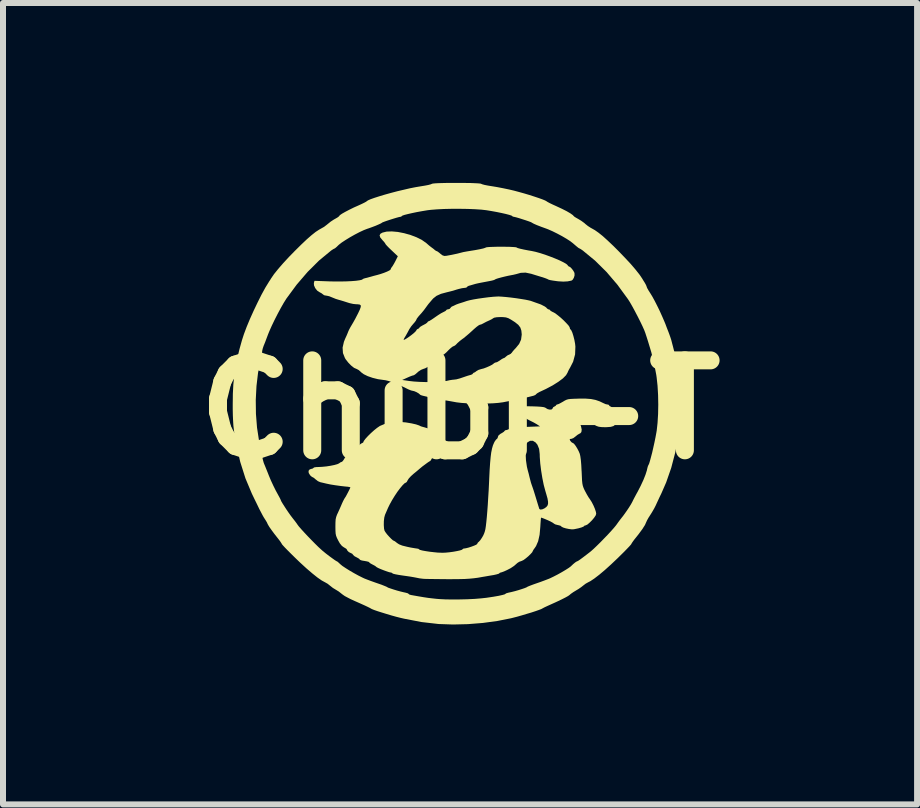
<source format=kicad_pcb>
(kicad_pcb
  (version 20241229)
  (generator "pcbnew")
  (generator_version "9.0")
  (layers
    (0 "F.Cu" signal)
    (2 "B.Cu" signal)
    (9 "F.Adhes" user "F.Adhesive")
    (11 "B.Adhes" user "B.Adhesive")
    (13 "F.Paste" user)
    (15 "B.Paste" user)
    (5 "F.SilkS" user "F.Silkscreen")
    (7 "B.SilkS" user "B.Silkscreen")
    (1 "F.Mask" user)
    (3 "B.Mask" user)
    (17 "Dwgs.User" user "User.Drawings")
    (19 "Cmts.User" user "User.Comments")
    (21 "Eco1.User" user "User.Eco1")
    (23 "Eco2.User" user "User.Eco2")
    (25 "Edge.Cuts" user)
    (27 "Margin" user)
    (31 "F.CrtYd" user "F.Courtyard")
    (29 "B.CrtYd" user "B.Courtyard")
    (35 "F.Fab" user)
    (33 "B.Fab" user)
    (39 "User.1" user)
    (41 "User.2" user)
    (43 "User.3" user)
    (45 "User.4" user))
  (footprint "Chibi-T"
    (layer "F.Cu")
    (at 4.621 3.781)
    (property "Reference" "Chibi-T" (at 0 0 0) (layer "F.SilkS") (effects (font (size 1.5 1.5) (thickness 0.3))))
    (attr board_only exclude_from_pos_files exclude_from_bom)
    (fp_poly (pts (xy -1.036 -2.963) (xy -0.93 -2.942) (xy -0.824 -2.912) (xy -0.724 -2.874) (xy -0.635 -2.829) (xy -0.564 -2.779) (xy -0.549 -2.766) (xy -0.516 -2.737) (xy -0.48 -2.709) (xy -0.446 -2.684) (xy -0.421 -2.663) (xy -0.421 -2.662) (xy -0.399 -2.647) (xy -0.39 -2.644) (xy -0.373 -2.636) (xy -0.344 -2.614) (xy -0.329 -2.601) (xy -0.292 -2.573) (xy -0.261 -2.563) (xy -0.229 -2.565) (xy -0.136 -2.582) (xy -0.043 -2.602) (xy 0.007 -2.615) (xy 0.054 -2.627) (xy 0.114 -2.638) (xy 0.15 -2.644) (xy 0.25 -2.66) (xy 0.33 -2.675) (xy 0.388 -2.688) (xy 0.422 -2.699) (xy 0.43 -2.704) (xy 0.446 -2.708) (xy 0.485 -2.712) (xy 0.542 -2.714) (xy 0.61 -2.716) (xy 0.684 -2.716) (xy 0.758 -2.716) (xy 0.826 -2.715) (xy 0.884 -2.712) (xy 0.924 -2.709) (xy 0.942 -2.705) (xy 0.942 -2.705) (xy 0.961 -2.695) (xy 1.004 -2.683) (xy 1.067 -2.669) (xy 1.145 -2.654) (xy 1.193 -2.646) (xy 1.258 -2.632) (xy 1.334 -2.611) (xy 1.418 -2.584) (xy 1.503 -2.553) (xy 1.585 -2.521) (xy 1.66 -2.489) (xy 1.723 -2.458) (xy 1.769 -2.432) (xy 1.793 -2.411) (xy 1.795 -2.407) (xy 1.811 -2.389) (xy 1.818 -2.387) (xy 1.839 -2.376) (xy 1.865 -2.349) (xy 1.891 -2.314) (xy 1.908 -2.281) (xy 1.909 -2.276) (xy 1.91 -2.237) (xy 1.897 -2.196) (xy 1.876 -2.163) (xy 1.859 -2.152) (xy 1.795 -2.139) (xy 1.724 -2.135) (xy 1.638 -2.14) (xy 1.607 -2.144) (xy 1.55 -2.152) (xy 1.504 -2.16) (xy 1.476 -2.168) (xy 1.472 -2.17) (xy 1.455 -2.179) (xy 1.419 -2.193) (xy 1.369 -2.21) (xy 1.357 -2.213) (xy 1.295 -2.232) (xy 1.233 -2.251) (xy 1.185 -2.266) (xy 1.184 -2.266) (xy 1.093 -2.285) (xy 1.011 -2.281) (xy 0.976 -2.271) (xy 0.937 -2.26) (xy 0.886 -2.248) (xy 0.864 -2.244) (xy 0.807 -2.233) (xy 0.745 -2.219) (xy 0.685 -2.204) (xy 0.634 -2.19) (xy 0.598 -2.178) (xy 0.585 -2.171) (xy 0.568 -2.162) (xy 0.532 -2.152) (xy 0.492 -2.144) (xy 0.408 -2.128) (xy 0.345 -2.116) (xy 0.296 -2.106) (xy 0.254 -2.096) (xy 0.213 -2.084) (xy 0.165 -2.07) (xy 0.146 -2.065) (xy 0.122 -2.052) (xy 0.114 -2.042) (xy 0.102 -2.034) (xy 0.072 -2.03) (xy 0.071 -2.03) (xy 0.033 -2.025) (xy -0.018 -2.013) (xy -0.054 -2.003) (xy -0.117 -1.983) (xy -0.188 -1.965) (xy -0.221 -1.957) (xy -0.318 -1.931) (xy -0.391 -1.898) (xy -0.446 -1.855) (xy -0.464 -1.835) (xy -0.493 -1.801) (xy -0.516 -1.774) (xy -0.522 -1.767) (xy -0.539 -1.745) (xy -0.563 -1.712) (xy -0.571 -1.701) (xy -0.602 -1.659) (xy -0.634 -1.62) (xy -0.638 -1.615) (xy -0.69 -1.557) (xy -0.72 -1.518) (xy -0.729 -1.498) (xy -0.738 -1.481) (xy -0.761 -1.451) (xy -0.778 -1.432) (xy -0.814 -1.389) (xy -0.844 -1.344) (xy -0.852 -1.329) (xy -0.876 -1.284) (xy -0.904 -1.234) (xy -0.91 -1.224) (xy -0.93 -1.191) (xy -0.94 -1.168) (xy -0.94 -1.164) (xy -0.925 -1.167) (xy -0.894 -1.185) (xy -0.855 -1.211) (xy -0.813 -1.242) (xy -0.774 -1.273) (xy -0.745 -1.3) (xy -0.732 -1.316) (xy -0.718 -1.339) (xy -0.707 -1.344) (xy -0.686 -1.355) (xy -0.681 -1.363) (xy -0.665 -1.38) (xy -0.631 -1.401) (xy -0.608 -1.413) (xy -0.571 -1.433) (xy -0.547 -1.451) (xy -0.543 -1.458) (xy -0.532 -1.472) (xy -0.527 -1.472) (xy -0.509 -1.48) (xy -0.474 -1.501) (xy -0.43 -1.531) (xy -0.416 -1.541) (xy -0.365 -1.576) (xy -0.316 -1.607) (xy -0.279 -1.626) (xy -0.275 -1.628) (xy -0.244 -1.644) (xy -0.229 -1.658) (xy -0.229 -1.66) (xy -0.217 -1.67) (xy -0.2 -1.672) (xy -0.172 -1.681) (xy -0.163 -1.692) (xy -0.144 -1.714) (xy -0.131 -1.721) (xy -0.097 -1.736) (xy -0.086 -1.742) (xy -0.06 -1.754) (xy -0.019 -1.769) (xy 0.007 -1.777) (xy 0.058 -1.793) (xy 0.105 -1.809) (xy 0.121 -1.814) (xy 0.163 -1.825) (xy 0.227 -1.838) (xy 0.304 -1.851) (xy 0.389 -1.863) (xy 0.474 -1.874) (xy 0.553 -1.882) (xy 0.617 -1.886) (xy 0.642 -1.887) (xy 0.696 -1.884) (xy 0.767 -1.878) (xy 0.85 -1.869) (xy 0.936 -1.858) (xy 1.02 -1.845) (xy 1.094 -1.833) (xy 1.151 -1.821) (xy 1.179 -1.814) (xy 1.252 -1.788) (xy 1.303 -1.77) (xy 1.337 -1.758) (xy 1.358 -1.749) (xy 1.371 -1.742) (xy 1.404 -1.725) (xy 1.414 -1.72) (xy 1.441 -1.7) (xy 1.447 -1.691) (xy 1.469 -1.674) (xy 1.479 -1.672) (xy 1.498 -1.665) (xy 1.5 -1.66) (xy 1.512 -1.647) (xy 1.542 -1.63) (xy 1.554 -1.625) (xy 1.587 -1.607) (xy 1.63 -1.574) (xy 1.679 -1.534) (xy 1.728 -1.489) (xy 1.772 -1.444) (xy 1.807 -1.406) (xy 1.826 -1.378) (xy 1.829 -1.369) (xy 1.835 -1.346) (xy 1.84 -1.341) (xy 1.856 -1.322) (xy 1.874 -1.282) (xy 1.891 -1.227) (xy 1.907 -1.164) (xy 1.919 -1.099) (xy 1.924 -1.051) (xy 1.919 -0.921) (xy 1.886 -0.799) (xy 1.837 -0.703) (xy 1.814 -0.663) (xy 1.797 -0.627) (xy 1.795 -0.62) (xy 1.768 -0.574) (xy 1.716 -0.521) (xy 1.641 -0.465) (xy 1.546 -0.405) (xy 1.433 -0.345) (xy 1.326 -0.295) (xy 1.292 -0.276) (xy 1.271 -0.26) (xy 1.269 -0.256) (xy 1.253 -0.243) (xy 1.22 -0.23) (xy 1.214 -0.229) (xy 1.143 -0.211) (xy 1.061 -0.192) (xy 0.979 -0.174) (xy 0.91 -0.16) (xy 0.893 -0.156) (xy 0.842 -0.147) (xy 0.778 -0.135) (xy 0.712 -0.122) (xy 0.709 -0.122) (xy 0.643 -0.113) (xy 0.555 -0.106) (xy 0.452 -0.102) (xy 0.341 -0.101) (xy 0.228 -0.102) (xy 0.121 -0.106) (xy 0.025 -0.112) (xy -0.051 -0.121) (xy -0.064 -0.123) (xy -0.157 -0.14) (xy -0.227 -0.152) (xy -0.282 -0.162) (xy -0.326 -0.17) (xy -0.367 -0.178) (xy -0.41 -0.187) (xy -0.436 -0.192) (xy -0.521 -0.209) (xy -0.583 -0.223) (xy -0.624 -0.233) (xy -0.65 -0.241) (xy -0.664 -0.248) (xy -0.67 -0.254) (xy -0.69 -0.271) (xy -0.726 -0.292) (xy -0.764 -0.308) (xy -0.791 -0.314) (xy -0.816 -0.32) (xy -0.854 -0.335) (xy -0.867 -0.341) (xy -0.951 -0.382) (xy -1.012 -0.409) (xy -1.053 -0.425) (xy -1.073 -0.429) (xy -1.098 -0.436) (xy -1.133 -0.453) (xy -1.14 -0.458) (xy -1.184 -0.476) (xy -1.241 -0.49) (xy -1.276 -0.495) (xy -1.277 -0.495) (xy -0.964 -0.495) (xy -0.85 -0.478) (xy -0.77 -0.469) (xy -0.676 -0.463) (xy -0.576 -0.46) (xy -0.476 -0.459) (xy -0.381 -0.462) (xy -0.3 -0.467) (xy -0.239 -0.476) (xy -0.224 -0.479) (xy -0.172 -0.491) (xy -0.126 -0.498) (xy -0.104 -0.5) (xy -0.062 -0.505) (xy -0.005 -0.52) (xy 0.072 -0.546) (xy 0.086 -0.551) (xy 0.131 -0.566) (xy 0.173 -0.578) (xy 0.175 -0.578) (xy 0.203 -0.589) (xy 0.214 -0.601) (xy 0.225 -0.614) (xy 0.229 -0.615) (xy 0.25 -0.624) (xy 0.273 -0.642) (xy 0.307 -0.662) (xy 0.351 -0.676) (xy 0.355 -0.677) (xy 0.395 -0.687) (xy 0.445 -0.706) (xy 0.495 -0.728) (xy 0.537 -0.75) (xy 0.562 -0.769) (xy 0.564 -0.771) (xy 0.585 -0.785) (xy 0.596 -0.786) (xy 0.621 -0.794) (xy 0.656 -0.815) (xy 0.666 -0.822) (xy 0.698 -0.844) (xy 0.723 -0.857) (xy 0.727 -0.858) (xy 0.747 -0.867) (xy 0.767 -0.885) (xy 0.797 -0.908) (xy 0.82 -0.917) (xy 0.849 -0.933) (xy 0.863 -0.949) (xy 0.882 -0.975) (xy 0.913 -1.01) (xy 0.93 -1.027) (xy 0.986 -1.096) (xy 1.018 -1.167) (xy 1.029 -1.25) (xy 1.029 -1.257) (xy 1.023 -1.318) (xy 1.006 -1.369) (xy 0.972 -1.414) (xy 0.917 -1.458) (xy 0.85 -1.501) (xy 0.806 -1.525) (xy 0.766 -1.538) (xy 0.717 -1.543) (xy 0.676 -1.544) (xy 0.612 -1.541) (xy 0.569 -1.533) (xy 0.555 -1.525) (xy 0.529 -1.508) (xy 0.491 -1.489) (xy 0.486 -1.487) (xy 0.438 -1.465) (xy 0.393 -1.441) (xy 0.393 -1.441) (xy 0.358 -1.423) (xy 0.33 -1.415) (xy 0.329 -1.415) (xy 0.31 -1.405) (xy 0.276 -1.38) (xy 0.233 -1.343) (xy 0.206 -1.318) (xy 0.153 -1.27) (xy 0.1 -1.225) (xy 0.056 -1.189) (xy 0.041 -1.179) (xy -0.002 -1.146) (xy -0.042 -1.111) (xy -0.055 -1.097) (xy -0.082 -1.071) (xy -0.106 -1.058) (xy -0.109 -1.058) (xy -0.128 -1.048) (xy -0.16 -1.022) (xy -0.197 -0.987) (xy -0.197 -0.986) (xy -0.233 -0.95) (xy -0.263 -0.925) (xy -0.279 -0.915) (xy -0.28 -0.915) (xy -0.299 -0.905) (xy -0.317 -0.89) (xy -0.344 -0.864) (xy -0.38 -0.834) (xy -0.387 -0.829) (xy -0.423 -0.8) (xy -0.452 -0.775) (xy -0.456 -0.772) (xy -0.518 -0.723) (xy -0.581 -0.689) (xy -0.612 -0.679) (xy -0.651 -0.663) (xy -0.695 -0.634) (xy -0.71 -0.62) (xy -0.742 -0.592) (xy -0.769 -0.574) (xy -0.778 -0.572) (xy -0.8 -0.566) (xy -0.839 -0.551) (xy -0.88 -0.533) (xy -0.964 -0.495) (xy -1.277 -0.495) (xy -1.368 -0.508) (xy -1.457 -0.53) (xy -1.538 -0.558) (xy -1.604 -0.59) (xy -1.649 -0.623) (xy -1.654 -0.629) (xy -1.688 -0.659) (xy -1.723 -0.678) (xy -1.726 -0.679) (xy -1.767 -0.697) (xy -1.815 -0.735) (xy -1.863 -0.784) (xy -1.906 -0.839) (xy -1.919 -0.86) (xy -1.952 -0.943) (xy -1.958 -1.034) (xy -1.936 -1.131) (xy -1.916 -1.181) (xy -1.893 -1.231) (xy -1.874 -1.276) (xy -1.864 -1.302) (xy -1.85 -1.333) (xy -1.827 -1.376) (xy -1.808 -1.408) (xy -1.781 -1.454) (xy -1.747 -1.515) (xy -1.713 -1.581) (xy -1.7 -1.606) (xy -1.67 -1.67) (xy -1.655 -1.713) (xy -1.655 -1.739) (xy -1.672 -1.752) (xy -1.707 -1.757) (xy -1.737 -1.758) (xy -1.783 -1.763) (xy -1.841 -1.776) (xy -1.88 -1.788) (xy -1.936 -1.806) (xy -1.992 -1.823) (xy -2.021 -1.831) (xy -2.073 -1.847) (xy -2.127 -1.869) (xy -2.137 -1.873) (xy -2.181 -1.891) (xy -2.222 -1.9) (xy -2.231 -1.901) (xy -2.266 -1.908) (xy -2.284 -1.921) (xy -2.31 -1.941) (xy -2.34 -1.957) (xy -2.382 -1.985) (xy -2.415 -2.027) (xy -2.435 -2.073) (xy -2.437 -2.11) (xy -2.427 -2.148) (xy -2.181 -2.139) (xy -2.086 -2.137) (xy -1.989 -2.137) (xy -1.895 -2.139) (xy -1.808 -2.143) (xy -1.734 -2.149) (xy -1.676 -2.157) (xy -1.64 -2.165) (xy -1.629 -2.171) (xy -1.611 -2.183) (xy -1.586 -2.191) (xy -1.548 -2.2) (xy -1.502 -2.213) (xy -1.493 -2.215) (xy -1.441 -2.23) (xy -1.391 -2.243) (xy -1.386 -2.244) (xy -1.327 -2.261) (xy -1.268 -2.281) (xy -1.216 -2.302) (xy -1.177 -2.321) (xy -1.158 -2.336) (xy -1.157 -2.339) (xy -1.148 -2.363) (xy -1.138 -2.375) (xy -1.122 -2.398) (xy -1.099 -2.437) (xy -1.078 -2.476) (xy -1.037 -2.558) (xy -1.14 -2.655) (xy -1.184 -2.697) (xy -1.218 -2.732) (xy -1.239 -2.756) (xy -1.243 -2.763) (xy -1.252 -2.779) (xy -1.275 -2.807) (xy -1.293 -2.826) (xy -1.33 -2.871) (xy -1.341 -2.906) (xy -1.327 -2.933) (xy -1.293 -2.952) (xy -1.224 -2.969) (xy -1.136 -2.972)) (stroke (width 0) (type solid)) (fill yes) (layer "F.SilkS"))
    (fp_poly (pts (xy 2.184 -0.177) (xy 2.26 -0.162) (xy 2.329 -0.138) (xy 2.383 -0.112) (xy 2.421 -0.094) (xy 2.454 -0.086) (xy 2.458 -0.086) (xy 2.481 -0.08) (xy 2.486 -0.071) (xy 2.497 -0.058) (xy 2.501 -0.057) (xy 2.52 -0.047) (xy 2.549 -0.022) (xy 2.58 0.011) (xy 2.606 0.044) (xy 2.614 0.057) (xy 2.627 0.1) (xy 2.63 0.152) (xy 2.623 0.197) (xy 2.618 0.207) (xy 2.591 0.248) (xy 2.559 0.274) (xy 2.514 0.287) (xy 2.451 0.292) (xy 2.424 0.293) (xy 2.359 0.291) (xy 2.314 0.285) (xy 2.278 0.273) (xy 2.25 0.258) (xy 2.201 0.23) (xy 2.145 0.201) (xy 2.124 0.19) (xy 2.075 0.162) (xy 2.032 0.13) (xy 2.016 0.116) (xy 1.97 0.079) (xy 1.91 0.046) (xy 1.845 0.021) (xy 1.785 0.007) (xy 1.745 0.007) (xy 1.712 0.014) (xy 1.704 0.022) (xy 1.716 0.034) (xy 1.722 0.038) (xy 1.758 0.057) (xy 1.789 0.067) (xy 1.818 0.077) (xy 1.829 0.088) (xy 1.84 0.109) (xy 1.867 0.137) (xy 1.903 0.164) (xy 1.94 0.184) (xy 1.941 0.185) (xy 1.985 0.218) (xy 2.016 0.27) (xy 2.029 0.332) (xy 2.029 0.335) (xy 2.024 0.373) (xy 2.008 0.393) (xy 1.994 0.4) (xy 1.961 0.419) (xy 1.925 0.448) (xy 1.924 0.449) (xy 1.891 0.474) (xy 1.861 0.486) (xy 1.858 0.486) (xy 1.834 0.49) (xy 1.829 0.497) (xy 1.839 0.52) (xy 1.86 0.544) (xy 1.882 0.557) (xy 1.884 0.557) (xy 1.901 0.569) (xy 1.926 0.601) (xy 1.953 0.644) (xy 1.979 0.693) (xy 1.997 0.736) (xy 2.006 0.775) (xy 2.015 0.839) (xy 2.022 0.922) (xy 2.027 1.02) (xy 2.028 1.029) (xy 2.032 1.117) (xy 2.035 1.182) (xy 2.04 1.23) (xy 2.047 1.266) (xy 2.057 1.297) (xy 2.07 1.328) (xy 2.085 1.358) (xy 2.114 1.412) (xy 2.143 1.461) (xy 2.166 1.494) (xy 2.195 1.539) (xy 2.224 1.595) (xy 2.249 1.653) (xy 2.266 1.705) (xy 2.271 1.737) (xy 2.262 1.765) (xy 2.236 1.803) (xy 2.201 1.845) (xy 2.162 1.884) (xy 2.126 1.915) (xy 2.098 1.929) (xy 2.094 1.93) (xy 2.074 1.935) (xy 2.071 1.941) (xy 2.058 1.951) (xy 2.024 1.965) (xy 1.975 1.979) (xy 1.917 1.991) (xy 1.897 1.995) (xy 1.861 1.996) (xy 1.815 1.99) (xy 1.766 1.98) (xy 1.723 1.967) (xy 1.694 1.953) (xy 1.686 1.944) (xy 1.673 1.935) (xy 1.642 1.927) (xy 1.629 1.924) (xy 1.59 1.914) (xy 1.565 1.9) (xy 1.561 1.896) (xy 1.545 1.885) (xy 1.511 1.866) (xy 1.466 1.845) (xy 1.419 1.825) (xy 1.379 1.809) (xy 1.354 1.801) (xy 1.352 1.801) (xy 1.349 1.814) (xy 1.346 1.85) (xy 1.342 1.903) (xy 1.339 1.955) (xy 1.327 2.087) (xy 1.303 2.194) (xy 1.268 2.275) (xy 1.247 2.306) (xy 1.226 2.335) (xy 1.215 2.355) (xy 1.214 2.357) (xy 1.204 2.378) (xy 1.176 2.409) (xy 1.139 2.445) (xy 1.097 2.48) (xy 1.059 2.508) (xy 1.03 2.522) (xy 1.028 2.523) (xy 0.988 2.537) (xy 0.958 2.556) (xy 0.901 2.606) (xy 0.844 2.644) (xy 0.782 2.676) (xy 0.736 2.697) (xy 0.698 2.711) (xy 0.679 2.716) (xy 0.66 2.723) (xy 0.657 2.729) (xy 0.644 2.737) (xy 0.61 2.747) (xy 0.561 2.758) (xy 0.554 2.759) (xy 0.488 2.77) (xy 0.42 2.782) (xy 0.371 2.79) (xy 0.299 2.803) (xy 0.229 2.812) (xy 0.157 2.819) (xy 0.076 2.824) (xy -0.017 2.826) (xy -0.13 2.827) (xy -0.229 2.827) (xy -0.327 2.826) (xy -0.419 2.825) (xy -0.5 2.824) (xy -0.565 2.823) (xy -0.609 2.821) (xy -0.621 2.82) (xy -0.676 2.813) (xy -0.731 2.802) (xy -0.736 2.801) (xy -0.773 2.794) (xy -0.831 2.784) (xy -0.9 2.774) (xy -0.957 2.766) (xy -1.022 2.756) (xy -1.076 2.746) (xy -1.113 2.737) (xy -1.126 2.73) (xy -1.143 2.718) (xy -1.155 2.716) (xy -1.18 2.711) (xy -1.222 2.697) (xy -1.272 2.679) (xy -1.323 2.659) (xy -1.366 2.64) (xy -1.393 2.625) (xy -1.398 2.62) (xy -1.416 2.606) (xy -1.449 2.588) (xy -1.461 2.582) (xy -1.494 2.564) (xy -1.513 2.549) (xy -1.514 2.545) (xy -1.527 2.537) (xy -1.56 2.529) (xy -1.593 2.523) (xy -1.636 2.516) (xy -1.664 2.506) (xy -1.671 2.5) (xy -1.683 2.486) (xy -1.713 2.469) (xy -1.722 2.464) (xy -1.757 2.446) (xy -1.779 2.426) (xy -1.781 2.423) (xy -1.799 2.402) (xy -1.819 2.393) (xy -1.854 2.375) (xy -1.879 2.35) (xy -1.886 2.334) (xy -1.897 2.32) (xy -1.926 2.302) (xy -1.934 2.298) (xy -1.97 2.272) (xy -2.004 2.23) (xy -2.03 2.184) (xy -2.052 2.14) (xy -2.066 2.104) (xy -2.074 2.067) (xy -2.077 2.019) (xy -2.078 1.951) (xy -2.078 1.951) (xy -2.077 1.881) (xy -2.074 1.83) (xy -2.065 1.79) (xy -2.051 1.751) (xy -2.041 1.73) (xy -2.013 1.669) (xy -1.984 1.603) (xy -1.971 1.572) (xy -1.95 1.526) (xy -1.93 1.488) (xy -1.92 1.472) (xy -1.906 1.451) (xy -1.886 1.414) (xy -1.864 1.372) (xy -1.844 1.333) (xy -1.831 1.304) (xy -1.829 1.295) (xy -1.841 1.291) (xy -1.875 1.285) (xy -1.911 1.282) (xy -1.991 1.273) (xy -2.078 1.261) (xy -2.16 1.248) (xy -2.226 1.234) (xy -2.239 1.231) (xy -2.286 1.22) (xy -2.329 1.21) (xy -2.332 1.209) (xy -2.369 1.193) (xy -2.405 1.165) (xy -2.406 1.165) (xy -2.433 1.141) (xy -2.452 1.129) (xy -2.454 1.129) (xy -2.471 1.12) (xy -2.497 1.097) (xy -2.499 1.095) (xy -2.523 1.056) (xy -2.526 1.021) (xy -2.507 0.997) (xy -2.482 0.989) (xy -2.454 0.981) (xy -2.443 0.971) (xy -2.43 0.963) (xy -2.397 0.958) (xy -2.368 0.957) (xy -2.302 0.954) (xy -2.23 0.947) (xy -2.159 0.936) (xy -2.095 0.923) (xy -2.045 0.909) (xy -2.017 0.896) (xy -2.016 0.895) (xy -1.99 0.877) (xy -1.974 0.872) (xy -1.957 0.86) (xy -1.937 0.832) (xy -1.936 0.829) (xy -1.918 0.8) (xy -1.904 0.786) (xy -1.903 0.786) (xy -1.88 0.776) (xy -1.843 0.747) (xy -1.794 0.703) (xy -1.737 0.647) (xy -1.73 0.64) (xy -1.691 0.601) (xy -1.657 0.572) (xy -1.635 0.558) (xy -1.633 0.557) (xy -1.616 0.55) (xy -1.614 0.545) (xy -1.604 0.522) (xy -1.576 0.485) (xy -1.535 0.44) (xy -1.486 0.392) (xy -1.434 0.345) (xy -1.383 0.304) (xy -1.339 0.274) (xy -1.336 0.272) (xy -1.243 0.233) (xy -1.132 0.21) (xy -1.01 0.204) (xy -0.904 0.213) (xy -0.809 0.229) (xy -0.734 0.246) (xy -0.681 0.264) (xy -0.664 0.273) (xy -0.641 0.282) (xy -0.605 0.292) (xy -0.6 0.293) (xy -0.534 0.313) (xy -0.47 0.342) (xy -0.423 0.375) (xy -0.422 0.375) (xy -0.395 0.394) (xy -0.376 0.4) (xy -0.359 0.411) (xy -0.334 0.44) (xy -0.315 0.468) (xy -0.28 0.539) (xy -0.272 0.601) (xy -0.29 0.654) (xy -0.312 0.681) (xy -0.371 0.738) (xy -0.413 0.772) (xy -0.439 0.786) (xy -0.442 0.786) (xy -0.459 0.798) (xy -0.474 0.822) (xy -0.489 0.848) (xy -0.5 0.858) (xy -0.515 0.866) (xy -0.546 0.887) (xy -0.585 0.916) (xy -0.627 0.947) (xy -0.663 0.977) (xy -0.674 0.986) (xy -0.697 1.006) (xy -0.734 1.037) (xy -0.777 1.072) (xy -0.819 1.11) (xy -0.854 1.148) (xy -0.872 1.176) (xy -0.887 1.204) (xy -0.899 1.215) (xy -0.923 1.227) (xy -0.957 1.26) (xy -0.998 1.309) (xy -1.044 1.37) (xy -1.09 1.439) (xy -1.134 1.511) (xy -1.173 1.582) (xy -1.2 1.637) (xy -1.222 1.688) (xy -1.243 1.736) (xy -1.251 1.755) (xy -1.263 1.799) (xy -1.27 1.86) (xy -1.271 1.925) (xy -1.267 1.983) (xy -1.259 2.018) (xy -1.243 2.044) (xy -1.216 2.08) (xy -1.182 2.118) (xy -1.147 2.154) (xy -1.119 2.179) (xy -1.103 2.187) (xy -1.085 2.196) (xy -1.057 2.218) (xy -1.051 2.223) (xy -1.016 2.246) (xy -0.963 2.267) (xy -0.886 2.286) (xy -0.882 2.287) (xy -0.821 2.3) (xy -0.767 2.309) (xy -0.73 2.315) (xy -0.72 2.316) (xy -0.693 2.321) (xy -0.683 2.33) (xy -0.667 2.339) (xy -0.629 2.349) (xy -0.574 2.359) (xy -0.509 2.369) (xy -0.439 2.377) (xy -0.371 2.384) (xy -0.311 2.386) (xy -0.3 2.387) (xy -0.244 2.385) (xy -0.18 2.379) (xy -0.114 2.37) (xy -0.053 2.359) (xy -0.002 2.348) (xy 0.031 2.337) (xy 0.04 2.33) (xy 0.057 2.317) (xy 0.068 2.316) (xy 0.1 2.311) (xy 0.144 2.3) (xy 0.193 2.284) (xy 0.238 2.267) (xy 0.271 2.252) (xy 0.286 2.24) (xy 0.286 2.24) (xy 0.296 2.219) (xy 0.316 2.201) (xy 0.338 2.177) (xy 0.365 2.137) (xy 0.386 2.101) (xy 0.401 2.068) (xy 0.413 2.034) (xy 0.423 1.994) (xy 0.431 1.942) (xy 0.439 1.873) (xy 0.448 1.781) (xy 0.448 1.779) (xy 0.455 1.695) (xy 0.463 1.589) (xy 0.47 1.47) (xy 0.478 1.345) (xy 0.484 1.221) (xy 0.487 1.151) (xy 0.494 1.006) (xy 0.502 0.887) (xy 0.511 0.789) (xy 0.521 0.711) (xy 0.523 0.703) (xy 1.094 0.703) (xy 1.094 0.727) (xy 1.1 0.845) (xy 1.115 0.949) (xy 1.127 1.001) (xy 1.144 1.063) (xy 1.158 1.121) (xy 1.169 1.164) (xy 1.171 1.172) (xy 1.184 1.221) (xy 1.199 1.265) (xy 1.21 1.296) (xy 1.227 1.346) (xy 1.247 1.41) (xy 1.266 1.472) (xy 1.286 1.538) (xy 1.303 1.594) (xy 1.316 1.635) (xy 1.322 1.655) (xy 1.338 1.666) (xy 1.37 1.663) (xy 1.407 1.647) (xy 1.439 1.624) (xy 1.458 1.601) (xy 1.468 1.572) (xy 1.468 1.534) (xy 1.459 1.481) (xy 1.439 1.41) (xy 1.422 1.352) (xy 1.396 1.255) (xy 1.373 1.141) (xy 1.353 1.018) (xy 1.338 0.897) (xy 1.33 0.788) (xy 1.329 0.742) (xy 1.319 0.654) (xy 1.291 0.585) (xy 1.26 0.547) (xy 1.214 0.519) (xy 1.168 0.52) (xy 1.127 0.544) (xy 1.112 0.559) (xy 1.102 0.577) (xy 1.097 0.602) (xy 1.094 0.642) (xy 1.094 0.703) (xy 0.523 0.703) (xy 0.534 0.648) (xy 0.549 0.596) (xy 0.567 0.554) (xy 0.578 0.532) (xy 0.599 0.502) (xy 0.615 0.487) (xy 0.617 0.486) (xy 0.627 0.474) (xy 0.629 0.464) (xy 0.639 0.434) (xy 0.672 0.405) (xy 0.704 0.387) (xy 0.731 0.369) (xy 0.743 0.355) (xy 0.743 0.355) (xy 0.754 0.344) (xy 0.762 0.343) (xy 0.787 0.337) (xy 0.823 0.322) (xy 0.828 0.32) (xy 0.857 0.31) (xy 0.902 0.302) (xy 0.967 0.295) (xy 1.054 0.29) (xy 1.104 0.288) (xy 1.334 0.279) (xy 1.278 0.242) (xy 1.227 0.213) (xy 1.171 0.185) (xy 1.157 0.178) (xy 1.11 0.153) (xy 1.068 0.124) (xy 1.057 0.114) (xy 1.02 0.082) (xy 0.982 0.058) (xy 0.95 0.031) (xy 0.946 -0.003) (xy 0.967 -0.036) (xy 0.98 -0.046) (xy 0.999 -0.052) (xy 1.029 -0.056) (xy 1.075 -0.057) (xy 1.142 -0.056) (xy 1.201 -0.055) (xy 1.286 -0.052) (xy 1.347 -0.048) (xy 1.389 -0.043) (xy 1.415 -0.036) (xy 1.432 -0.027) (xy 1.435 -0.024) (xy 1.463 -0.008) (xy 1.497 -0.000365) (xy 1.527 -0.003) (xy 1.542 -0.016) (xy 1.543 -0.02) (xy 1.555 -0.041) (xy 1.571 -0.05) (xy 1.595 -0.063) (xy 1.6 -0.072) (xy 1.612 -0.084) (xy 1.62 -0.086) (xy 1.643 -0.093) (xy 1.68 -0.112) (xy 1.716 -0.132) (xy 1.747 -0.151) (xy 1.774 -0.164) (xy 1.803 -0.173) (xy 1.841 -0.178) (xy 1.894 -0.181) (xy 1.967 -0.183) (xy 1.981 -0.184) (xy 2.093 -0.184)) (stroke (width 0) (type solid)) (fill yes) (layer "F.SilkS"))
    (fp_poly (pts (xy -0.000499 -3.781) (xy 0.091 -3.78) (xy 0.176 -3.779) (xy 0.249 -3.776) (xy 0.306 -3.773) (xy 0.343 -3.769) (xy 0.354 -3.765) (xy 0.371 -3.758) (xy 0.411 -3.747) (xy 0.468 -3.736) (xy 0.535 -3.725) (xy 0.536 -3.725) (xy 0.62 -3.711) (xy 0.719 -3.692) (xy 0.819 -3.671) (xy 0.9 -3.652) (xy 0.982 -3.63) (xy 1.068 -3.606) (xy 1.155 -3.58) (xy 1.239 -3.553) (xy 1.314 -3.528) (xy 1.375 -3.506) (xy 1.419 -3.488) (xy 1.441 -3.476) (xy 1.442 -3.475) (xy 1.457 -3.465) (xy 1.494 -3.445) (xy 1.546 -3.42) (xy 1.608 -3.392) (xy 1.614 -3.389) (xy 1.702 -3.348) (xy 1.779 -3.309) (xy 1.839 -3.274) (xy 1.88 -3.245) (xy 1.898 -3.226) (xy 1.912 -3.214) (xy 1.944 -3.195) (xy 1.969 -3.181) (xy 2.022 -3.149) (xy 2.074 -3.111) (xy 2.089 -3.097) (xy 2.133 -3.062) (xy 2.181 -3.031) (xy 2.196 -3.023) (xy 2.249 -2.993) (xy 2.309 -2.951) (xy 2.379 -2.895) (xy 2.461 -2.821) (xy 2.558 -2.729) (xy 2.643 -2.644) (xy 2.751 -2.532) (xy 2.848 -2.428) (xy 2.929 -2.333) (xy 2.993 -2.252) (xy 3.036 -2.189) (xy 3.052 -2.162) (xy 3.076 -2.124) (xy 3.082 -2.114) (xy 3.102 -2.078) (xy 3.113 -2.05) (xy 3.114 -2.045) (xy 3.122 -2.026) (xy 3.142 -1.99) (xy 3.17 -1.946) (xy 3.172 -1.943) (xy 3.204 -1.891) (xy 3.243 -1.82) (xy 3.286 -1.736) (xy 3.33 -1.646) (xy 3.371 -1.555) (xy 3.407 -1.472) (xy 3.426 -1.426) (xy 3.449 -1.364) (xy 3.475 -1.298) (xy 3.487 -1.266) (xy 3.506 -1.213) (xy 3.522 -1.164) (xy 3.528 -1.141) (xy 3.537 -1.106) (xy 3.551 -1.053) (xy 3.567 -0.99) (xy 3.576 -0.958) (xy 3.618 -0.781) (xy 3.648 -0.599) (xy 3.667 -0.406) (xy 3.676 -0.196) (xy 3.677 -0.093) (xy 3.677 0.025) (xy 3.675 0.121) (xy 3.671 0.202) (xy 3.665 0.276) (xy 3.657 0.35) (xy 3.645 0.429) (xy 3.591 0.708) (xy 3.522 0.971) (xy 3.438 1.213) (xy 3.359 1.394) (xy 3.328 1.458) (xy 3.297 1.525) (xy 3.271 1.581) (xy 3.268 1.589) (xy 3.239 1.646) (xy 3.202 1.71) (xy 3.175 1.753) (xy 3.144 1.801) (xy 3.12 1.844) (xy 3.107 1.872) (xy 3.084 1.924) (xy 3.04 1.993) (xy 2.975 2.081) (xy 2.94 2.125) (xy 2.903 2.171) (xy 2.875 2.21) (xy 2.859 2.235) (xy 2.857 2.241) (xy 2.847 2.254) (xy 2.82 2.284) (xy 2.778 2.328) (xy 2.724 2.383) (xy 2.661 2.445) (xy 2.633 2.473) (xy 2.52 2.58) (xy 2.416 2.674) (xy 2.322 2.753) (xy 2.24 2.816) (xy 2.174 2.86) (xy 2.137 2.879) (xy 2.094 2.903) (xy 2.055 2.933) (xy 2.022 2.959) (xy 1.976 2.991) (xy 1.939 3.013) (xy 1.891 3.042) (xy 1.848 3.072) (xy 1.826 3.091) (xy 1.802 3.108) (xy 1.757 3.133) (xy 1.696 3.164) (xy 1.625 3.198) (xy 1.586 3.216) (xy 1.515 3.248) (xy 1.453 3.276) (xy 1.406 3.298) (xy 1.378 3.313) (xy 1.371 3.317) (xy 1.354 3.326) (xy 1.314 3.341) (xy 1.257 3.361) (xy 1.187 3.384) (xy 1.109 3.407) (xy 1.029 3.431) (xy 0.952 3.453) (xy 0.882 3.471) (xy 0.85 3.479) (xy 0.624 3.524) (xy 0.381 3.557) (xy 0.131 3.577) (xy -0.117 3.583) (xy -0.352 3.575) (xy -0.364 3.574) (xy -0.642 3.542) (xy -0.932 3.486) (xy -0.993 3.472) (xy -1.064 3.454) (xy -1.143 3.432) (xy -1.223 3.408) (xy -1.301 3.384) (xy -1.371 3.362) (xy -1.429 3.342) (xy -1.469 3.326) (xy -1.486 3.317) (xy -1.501 3.308) (xy -1.537 3.29) (xy -1.588 3.266) (xy -1.65 3.238) (xy -1.65 3.238) (xy -1.747 3.195) (xy -1.822 3.161) (xy -1.878 3.132) (xy -1.921 3.109) (xy -1.953 3.087) (xy -1.979 3.067) (xy -2.022 3.033) (xy -2.069 3.004) (xy -2.074 3.001) (xy -2.12 2.973) (xy -2.163 2.939) (xy -2.167 2.936) (xy -2.207 2.904) (xy -2.249 2.88) (xy -2.251 2.879) (xy -2.306 2.849) (xy -2.378 2.799) (xy -2.463 2.731) (xy -2.561 2.647) (xy -2.668 2.549) (xy -2.747 2.473) (xy -2.813 2.408) (xy -2.871 2.35) (xy -2.918 2.302) (xy -2.952 2.265) (xy -2.97 2.244) (xy -2.971 2.241) (xy -2.98 2.225) (xy -3.002 2.192) (xy -3.035 2.149) (xy -3.054 2.125) (xy -3.101 2.065) (xy -3.143 2.008) (xy -3.179 1.957) (xy -3.203 1.917) (xy -3.214 1.895) (xy -3.214 1.893) (xy -3.222 1.877) (xy -3.24 1.847) (xy -3.254 1.825) (xy -3.272 1.797) (xy -3.292 1.762) (xy -3.316 1.716) (xy -3.347 1.657) (xy -3.384 1.58) (xy -3.431 1.484) (xy -3.471 1.401) (xy -3.578 1.146) (xy -3.665 0.871) (xy -3.733 0.577) (xy -3.758 0.429) (xy -3.77 0.345) (xy -3.779 0.267) (xy -3.784 0.186) (xy -3.788 0.096) (xy -3.79 -0.011) (xy -3.79 -0.093) (xy -3.789 -0.162) (xy -3.406 -0.162) (xy -3.403 0.071) (xy -3.385 0.299) (xy -3.352 0.515) (xy -3.333 0.6) (xy -3.319 0.665) (xy -3.306 0.734) (xy -3.3 0.774) (xy -3.289 0.829) (xy -3.275 0.881) (xy -3.267 0.903) (xy -3.253 0.936) (xy -3.232 0.988) (xy -3.207 1.05) (xy -3.187 1.101) (xy -3.154 1.18) (xy -3.114 1.266) (xy -3.075 1.345) (xy -3.057 1.378) (xy -3.027 1.433) (xy -3.003 1.477) (xy -2.989 1.507) (xy -2.986 1.516) (xy -2.978 1.533) (xy -2.957 1.568) (xy -2.927 1.615) (xy -2.892 1.669) (xy -2.855 1.723) (xy -2.82 1.772) (xy -2.79 1.811) (xy -2.787 1.815) (xy -2.753 1.858) (xy -2.724 1.897) (xy -2.712 1.915) (xy -2.689 1.946) (xy -2.65 1.991) (xy -2.598 2.048) (xy -2.54 2.11) (xy -2.477 2.175) (xy -2.416 2.237) (xy -2.36 2.292) (xy -2.313 2.335) (xy -2.293 2.353) (xy -2.238 2.398) (xy -2.182 2.441) (xy -2.13 2.479) (xy -2.088 2.509) (xy -2.06 2.527) (xy -2.052 2.53) (xy -2.038 2.539) (xy -2.012 2.563) (xy -1.996 2.578) (xy -1.962 2.606) (xy -1.908 2.642) (xy -1.841 2.684) (xy -1.767 2.727) (xy -1.692 2.768) (xy -1.622 2.803) (xy -1.592 2.817) (xy -1.548 2.834) (xy -1.487 2.857) (xy -1.417 2.882) (xy -1.371 2.898) (xy -1.31 2.919) (xy -1.26 2.939) (xy -1.226 2.953) (xy -1.214 2.96) (xy -1.198 2.969) (xy -1.16 2.982) (xy -1.109 2.999) (xy -1.05 3.017) (xy -0.991 3.033) (xy -0.937 3.046) (xy -0.909 3.052) (xy -0.875 3.061) (xy -0.858 3.071) (xy -0.857 3.073) (xy -0.845 3.083) (xy -0.818 3.091) (xy -0.7 3.112) (xy -0.605 3.128) (xy -0.525 3.14) (xy -0.456 3.148) (xy -0.392 3.155) (xy -0.343 3.159) (xy -0.247 3.164) (xy -0.132 3.166) (xy -0.007 3.165) (xy 0.121 3.162) (xy 0.244 3.156) (xy 0.354 3.147) (xy 0.444 3.137) (xy 0.45 3.136) (xy 0.557 3.12) (xy 0.643 3.105) (xy 0.706 3.091) (xy 0.745 3.08) (xy 0.757 3.072) (xy 0.77 3.063) (xy 0.801 3.054) (xy 0.809 3.052) (xy 0.855 3.042) (xy 0.911 3.028) (xy 0.971 3.011) (xy 1.028 2.993) (xy 1.075 2.977) (xy 1.106 2.965) (xy 1.114 2.96) (xy 1.13 2.951) (xy 1.167 2.936) (xy 1.22 2.916) (xy 1.271 2.898) (xy 1.343 2.873) (xy 1.413 2.847) (xy 1.473 2.824) (xy 1.5 2.813) (xy 1.56 2.784) (xy 1.628 2.749) (xy 1.696 2.711) (xy 1.76 2.673) (xy 1.812 2.64) (xy 1.846 2.615) (xy 1.851 2.61) (xy 1.887 2.576) (xy 1.921 2.548) (xy 1.946 2.532) (xy 1.952 2.53) (xy 1.969 2.522) (xy 2.003 2.499) (xy 2.049 2.465) (xy 2.103 2.424) (xy 2.16 2.38) (xy 2.193 2.353) (xy 2.232 2.318) (xy 2.283 2.269) (xy 2.342 2.211) (xy 2.404 2.147) (xy 2.466 2.083) (xy 2.522 2.022) (xy 2.568 1.97) (xy 2.601 1.93) (xy 2.612 1.915) (xy 2.634 1.884) (xy 2.665 1.842) (xy 2.686 1.815) (xy 2.728 1.761) (xy 2.773 1.698) (xy 2.815 1.636) (xy 2.85 1.58) (xy 2.873 1.538) (xy 2.876 1.532) (xy 2.89 1.503) (xy 2.914 1.457) (xy 2.944 1.401) (xy 2.961 1.371) (xy 3.013 1.27) (xy 3.058 1.173) (xy 3.093 1.085) (xy 3.116 1.013) (xy 3.12 0.993) (xy 3.13 0.953) (xy 3.141 0.925) (xy 3.144 0.921) (xy 3.154 0.899) (xy 3.168 0.853) (xy 3.185 0.79) (xy 3.205 0.714) (xy 3.224 0.63) (xy 3.243 0.544) (xy 3.26 0.461) (xy 3.274 0.385) (xy 3.28 0.35) (xy 3.294 0.222) (xy 3.303 0.074) (xy 3.306 -0.084) (xy 3.303 -0.244) (xy 3.294 -0.398) (xy 3.279 -0.537) (xy 3.273 -0.579) (xy 3.238 -0.762) (xy 3.19 -0.957) (xy 3.136 -1.136) (xy 3.117 -1.196) (xy 3.096 -1.26) (xy 3.09 -1.279) (xy 3.072 -1.326) (xy 3.043 -1.391) (xy 3.005 -1.47) (xy 2.962 -1.555) (xy 2.917 -1.641) (xy 2.873 -1.722) (xy 2.833 -1.792) (xy 2.799 -1.845) (xy 2.798 -1.846) (xy 2.625 -2.083) (xy 2.443 -2.296) (xy 2.252 -2.485) (xy 2.055 -2.647) (xy 2.055 -2.648) (xy 2.022 -2.671) (xy 1.999 -2.685) (xy 1.994 -2.687) (xy 1.975 -2.697) (xy 1.937 -2.728) (xy 1.88 -2.777) (xy 1.837 -2.81) (xy 1.775 -2.85) (xy 1.7 -2.894) (xy 1.619 -2.937) (xy 1.54 -2.976) (xy 1.469 -3.007) (xy 1.443 -3.017) (xy 1.352 -3.05) (xy 1.28 -3.078) (xy 1.23 -3.1) (xy 1.203 -3.115) (xy 1.2 -3.117) (xy 1.184 -3.126) (xy 1.147 -3.14) (xy 1.097 -3.157) (xy 1.041 -3.175) (xy 0.985 -3.193) (xy 0.936 -3.207) (xy 0.902 -3.215) (xy 0.893 -3.216) (xy 0.874 -3.223) (xy 0.871 -3.228) (xy 0.858 -3.236) (xy 0.821 -3.248) (xy 0.764 -3.263) (xy 0.693 -3.279) (xy 0.61 -3.296) (xy 0.522 -3.312) (xy 0.443 -3.325) (xy 0.358 -3.335) (xy 0.251 -3.342) (xy 0.128 -3.347) (xy -0.003 -3.349) (xy -0.136 -3.349) (xy -0.266 -3.346) (xy -0.384 -3.34) (xy -0.485 -3.332) (xy -0.543 -3.325) (xy -0.633 -3.31) (xy -0.721 -3.294) (xy -0.802 -3.277) (xy -0.872 -3.261) (xy -0.927 -3.247) (xy -0.961 -3.235) (xy -0.971 -3.228) (xy -0.983 -3.217) (xy -0.993 -3.216) (xy -1.015 -3.212) (xy -1.056 -3.201) (xy -1.109 -3.185) (xy -1.166 -3.167) (xy -1.221 -3.149) (xy -1.266 -3.133) (xy -1.294 -3.122) (xy -1.3 -3.118) (xy -1.318 -3.106) (xy -1.357 -3.088) (xy -1.408 -3.066) (xy -1.466 -3.044) (xy -1.524 -3.023) (xy -1.546 -3.016) (xy -1.603 -2.994) (xy -1.674 -2.961) (xy -1.753 -2.92) (xy -1.833 -2.875) (xy -1.908 -2.829) (xy -1.972 -2.787) (xy -2.017 -2.752) (xy -2.026 -2.744) (xy -2.058 -2.713) (xy -2.083 -2.692) (xy -2.092 -2.687) (xy -2.109 -2.679) (xy -2.139 -2.66) (xy -2.155 -2.648) (xy -2.351 -2.486) (xy -2.541 -2.297) (xy -2.724 -2.084) (xy -2.897 -1.849) (xy -2.898 -1.847) (xy -2.94 -1.78) (xy -2.989 -1.694) (xy -3.041 -1.597) (xy -3.093 -1.495) (xy -3.14 -1.397) (xy -3.179 -1.309) (xy -3.2 -1.258) (xy -3.224 -1.194) (xy -3.248 -1.13) (xy -3.268 -1.08) (xy -3.273 -1.069) (xy -3.289 -1.022) (xy -3.299 -0.979) (xy -3.3 -0.965) (xy -3.303 -0.933) (xy -3.312 -0.883) (xy -3.325 -0.826) (xy -3.327 -0.817) (xy -3.368 -0.614) (xy -3.394 -0.393) (xy -3.406 -0.162) (xy -3.789 -0.162) (xy -3.788 -0.264) (xy -3.78 -0.418) (xy -3.766 -0.562) (xy -3.745 -0.704) (xy -3.716 -0.851) (xy -3.677 -1.011) (xy -3.636 -1.158) (xy -3.603 -1.26) (xy -3.558 -1.38) (xy -3.503 -1.512) (xy -3.441 -1.65) (xy -3.376 -1.786) (xy -3.311 -1.916) (xy -3.247 -2.033) (xy -3.188 -2.129) (xy -3.188 -2.13) (xy -3.165 -2.164) (xy -3.15 -2.189) (xy -3.102 -2.259) (xy -3.033 -2.345) (xy -2.948 -2.443) (xy -2.847 -2.552) (xy -2.757 -2.644) (xy -2.648 -2.752) (xy -2.555 -2.84) (xy -2.476 -2.909) (xy -2.408 -2.963) (xy -2.35 -3.001) (xy -2.311 -3.023) (xy -2.267 -3.048) (xy -2.22 -3.084) (xy -2.204 -3.097) (xy -2.157 -3.135) (xy -2.102 -3.171) (xy -2.082 -3.182) (xy -2.044 -3.204) (xy -2.02 -3.222) (xy -2.014 -3.23) (xy -2.002 -3.244) (xy -1.967 -3.268) (xy -1.914 -3.298) (xy -1.847 -3.333) (xy -1.77 -3.371) (xy -1.7 -3.402) (xy -1.643 -3.428) (xy -1.596 -3.451) (xy -1.565 -3.468) (xy -1.556 -3.475) (xy -1.536 -3.489) (xy -1.491 -3.509) (xy -1.426 -3.532) (xy -1.345 -3.558) (xy -1.252 -3.586) (xy -1.151 -3.614) (xy -1.045 -3.642) (xy -0.938 -3.667) (xy -0.836 -3.691) (xy -0.74 -3.71) (xy -0.656 -3.724) (xy -0.65 -3.725) (xy -0.583 -3.736) (xy -0.526 -3.747) (xy -0.486 -3.758) (xy -0.468 -3.766) (xy -0.468 -3.766) (xy -0.452 -3.77) (xy -0.411 -3.774) (xy -0.35 -3.777) (xy -0.274 -3.779) (xy -0.188 -3.781) (xy -0.095 -3.781)) (stroke (width 0) (type solid)) (fill yes) (layer "F.SilkS")))
  (gr_rect
    (start -3 -3)
    (end 12.243 10.364)
    (stroke (width 0.1) (type default))
    (fill no)
    (layer "Edge.Cuts")))
</source>
